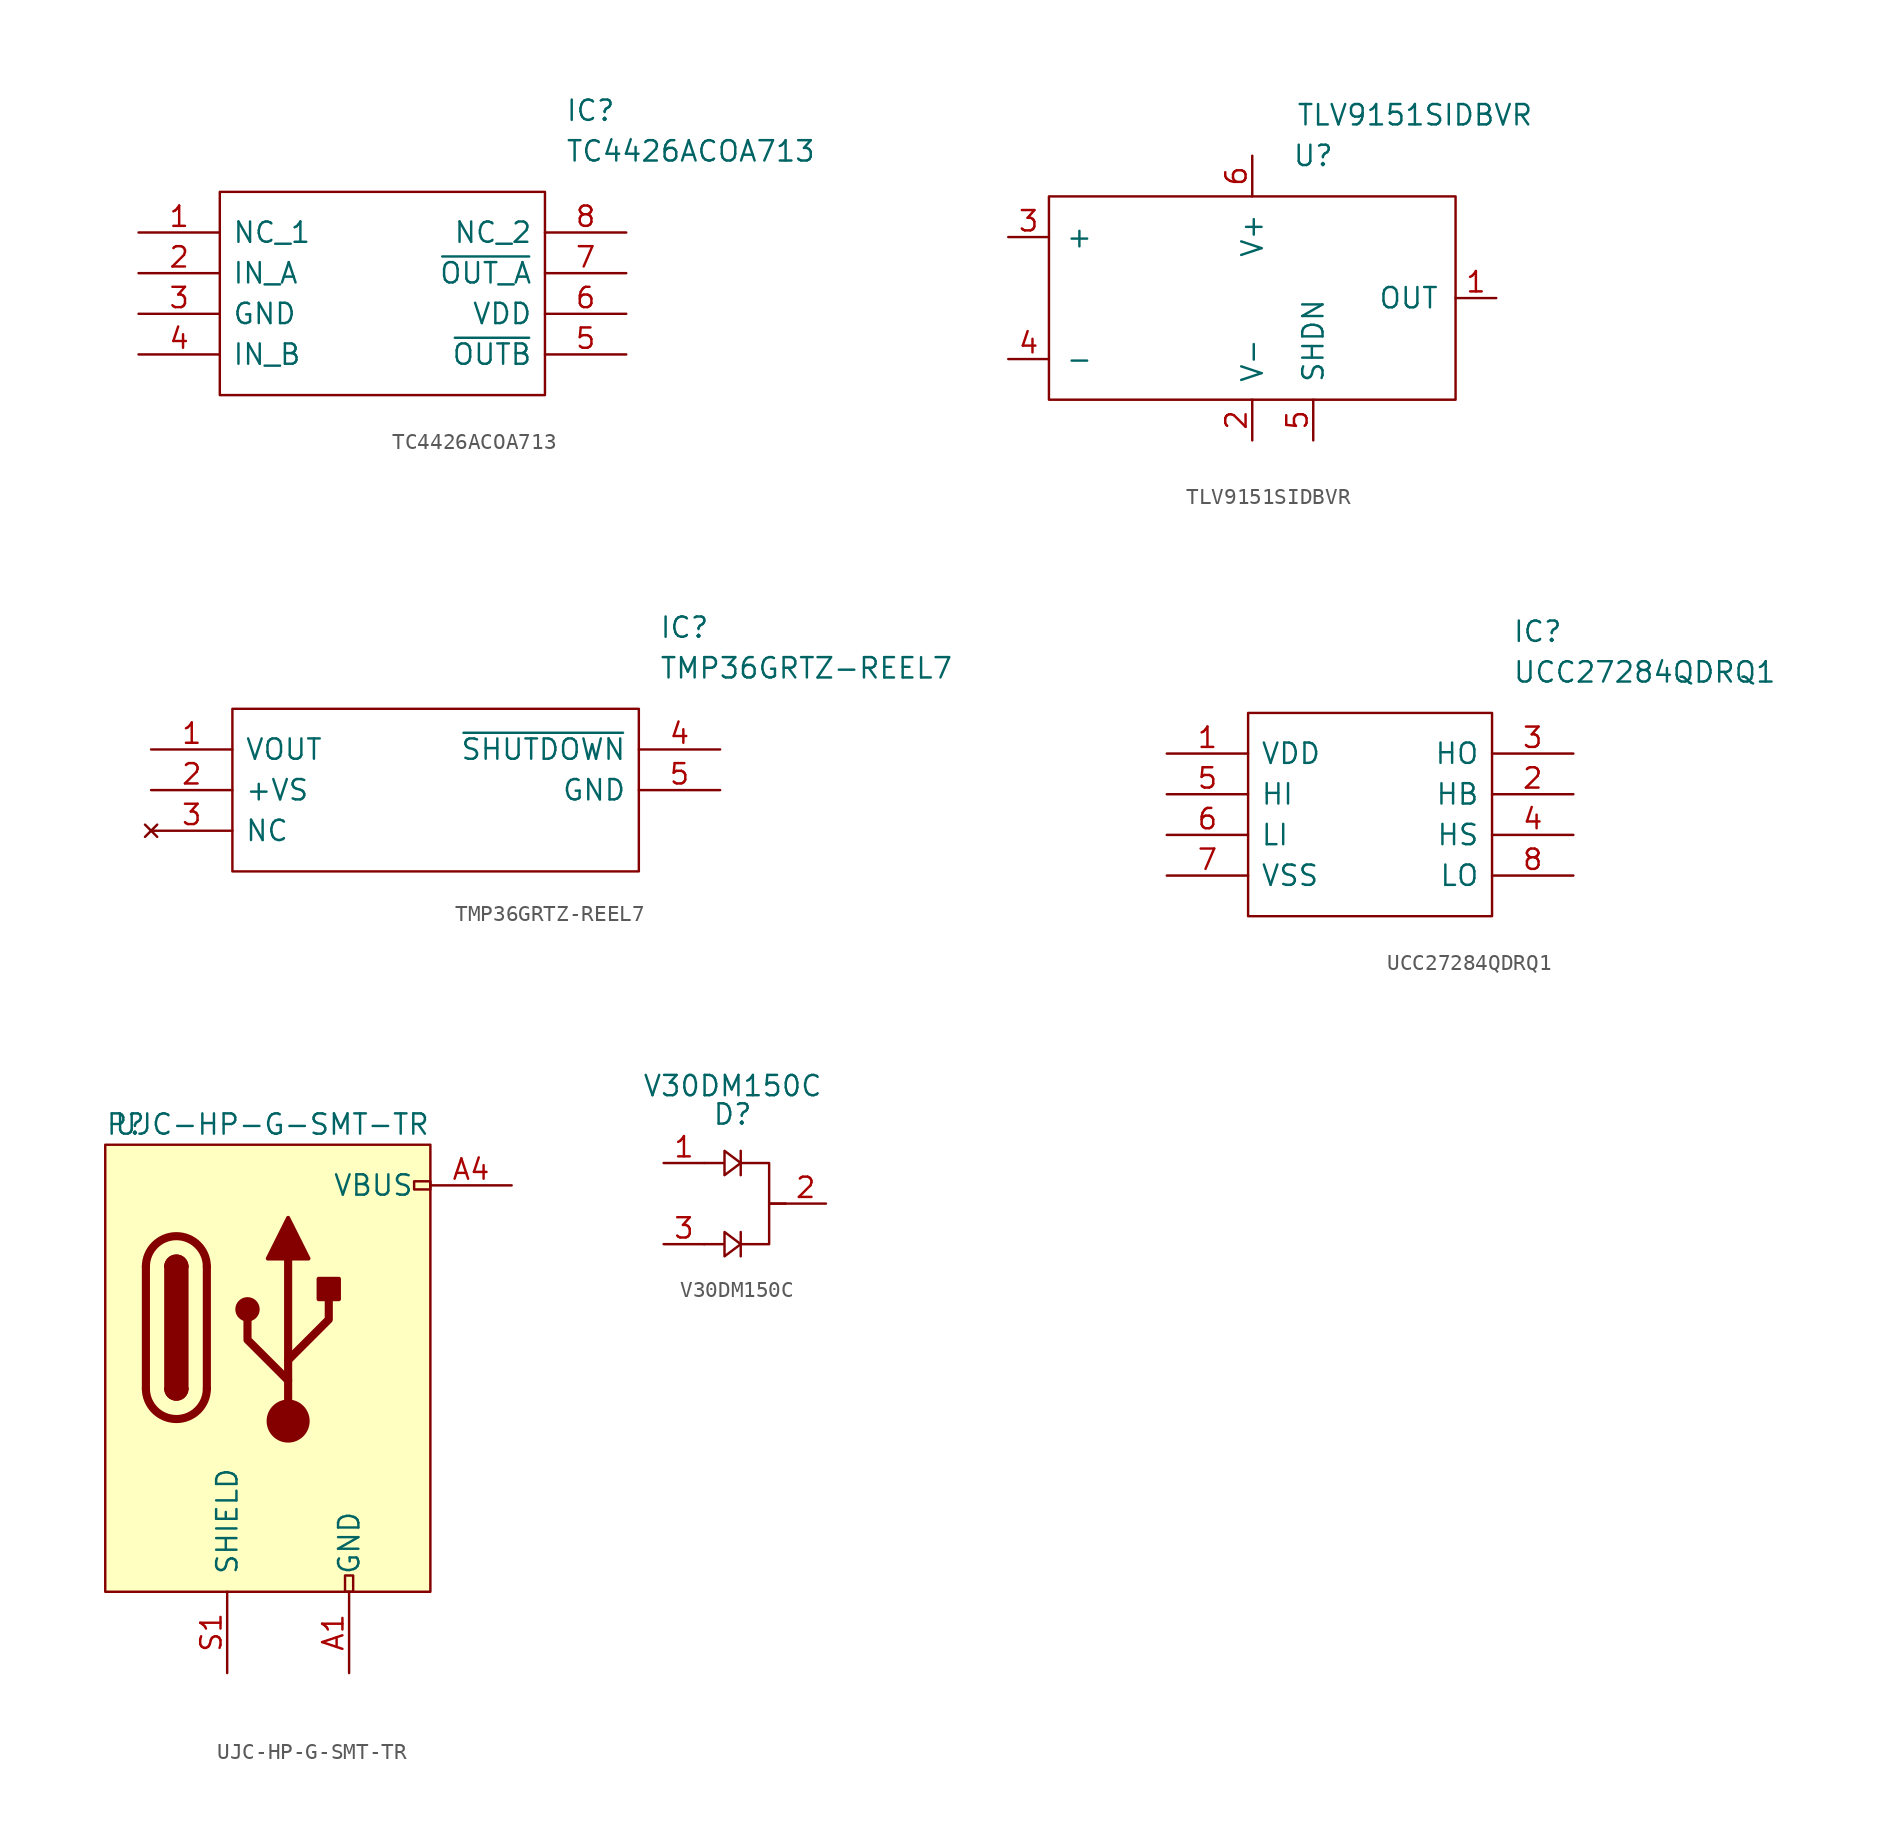
<source format=kicad_sym>
(kicad_symbol_lib
  (version 20231120)
  (generator "kicad_symbol_editor")
  (generator_version "8.0")
  (symbol "TC4426ACOA713"
    (pin_names
      (offset 0.762))
    (property "Reference" "IC"
      (at 26.67 7.62 0)
      (effects (font (size 1.27 1.27)) (justify left)))
    (property "Value" "TC4426ACOA713"
      (at 26.67 5.08 0)
      (effects (font (size 1.27 1.27)) (justify left)))
    (symbol "TC4426ACOA713_0_0"
      (pin passive line (at 0 0 0) (length 5.08) (name "NC_1" (effects (font (size 1.27 1.27)))) (number "1" (effects (font (size 1.27 1.27)))))
      (pin passive line (at 0 -2.54 0) (length 5.08) (name "IN_A" (effects (font (size 1.27 1.27)))) (number "2" (effects (font (size 1.27 1.27)))))
      (pin passive line (at 0 -5.08 0) (length 5.08) (name "GND" (effects (font (size 1.27 1.27)))) (number "3" (effects (font (size 1.27 1.27)))))
      (pin passive line (at 0 -7.62 0) (length 5.08) (name "IN_B" (effects (font (size 1.27 1.27)))) (number "4" (effects (font (size 1.27 1.27)))))
      (pin passive line (at 30.48 -7.62 180) (length 5.08) (name "~{OUTB}" (effects (font (size 1.27 1.27)))) (number "5" (effects (font (size 1.27 1.27)))))
      (pin passive line (at 30.48 -5.08 180) (length 5.08) (name "VDD" (effects (font (size 1.27 1.27)))) (number "6" (effects (font (size 1.27 1.27)))))
      (pin passive line (at 30.48 -2.54 180) (length 5.08) (name "~{OUT_A}" (effects (font (size 1.27 1.27)))) (number "7" (effects (font (size 1.27 1.27)))))
      (pin passive line (at 30.48 0 180) (length 5.08) (name "NC_2" (effects (font (size 1.27 1.27)))) (number "8" (effects (font (size 1.27 1.27))))))
    (symbol "TC4426ACOA713_0_1"
      (polyline (pts (xy 5.08 2.54) (xy 25.4 2.54) (xy 25.4 -10.16) (xy 5.08 -10.16) (xy 5.08 2.54)) (stroke (width 0.152) (type solid)) (fill (type none)))))
  (symbol "TLV9151SIDBVR"
    (pin_names
      (offset 1.016))
    (property "Reference" "U"
      (at 3.81 8.89 0)
      (effects (font (size 1.27 1.27))))
    (property "Value" "TLV9151SIDBVR"
      (at 10.16 11.43 0)
      (effects (font (size 1.27 1.27))))
    (symbol "TLV9151SIDBVR_0_0"
      (pin unspecified line (at 15.24 0 180) (length 2.54) (name "OUT" (effects (font (size 1.27 1.27)))) (number "1" (effects (font (size 1.27 1.27)))))
      (pin unspecified line (at 0 -8.89 90) (length 2.54) (name "V-" (effects (font (size 1.27 1.27)))) (number "2" (effects (font (size 1.27 1.27)))))
      (pin unspecified line (at -15.24 3.81 0) (length 2.54) (name "+" (effects (font (size 1.27 1.27)))) (number "3" (effects (font (size 1.27 1.27)))))
      (pin unspecified line (at -15.24 -3.81 0) (length 2.54) (name "-" (effects (font (size 1.27 1.27)))) (number "4" (effects (font (size 1.27 1.27)))))
      (pin unspecified line (at 3.81 -8.89 90) (length 2.54) (name "SHDN" (effects (font (size 1.27 1.27)))) (number "5" (effects (font (size 1.27 1.27)))))
      (pin unspecified line (at 0 8.89 270) (length 2.54) (name "V+" (effects (font (size 1.27 1.27)))) (number "6" (effects (font (size 1.27 1.27))))))
    (symbol "TLV9151SIDBVR_0_1"
      (rectangle (start -12.7 6.35) (end 12.7 -6.35) (stroke (width 0) (type solid)) (fill (type none)))))
  (symbol "TMP36GRTZ-REEL7"
    (pin_names
      (offset 0.762))
    (property "Reference" "IC"
      (at 31.75 7.62 0)
      (effects (font (size 1.27 1.27)) (justify left)))
    (property "Value" "TMP36GRTZ-REEL7"
      (at 31.75 5.08 0)
      (effects (font (size 1.27 1.27)) (justify left)))
    (symbol "TMP36GRTZ-REEL7_0_0"
      (pin passive line (at 0 0 0) (length 5.08) (name "VOUT" (effects (font (size 1.27 1.27)))) (number "1" (effects (font (size 1.27 1.27)))))
      (pin passive line (at 0 -2.54 0) (length 5.08) (name "+VS" (effects (font (size 1.27 1.27)))) (number "2" (effects (font (size 1.27 1.27)))))
      (pin no_connect line (at 0 -5.08 0) (length 5.08) (name "NC" (effects (font (size 1.27 1.27)))) (number "3" (effects (font (size 1.27 1.27)))))
      (pin passive line (at 35.56 0 180) (length 5.08) (name "~{SHUTDOWN}" (effects (font (size 1.27 1.27)))) (number "4" (effects (font (size 1.27 1.27)))))
      (pin passive line (at 35.56 -2.54 180) (length 5.08) (name "GND" (effects (font (size 1.27 1.27)))) (number "5" (effects (font (size 1.27 1.27))))))
    (symbol "TMP36GRTZ-REEL7_0_1"
      (polyline (pts (xy 5.08 2.54) (xy 30.48 2.54) (xy 30.48 -7.62) (xy 5.08 -7.62) (xy 5.08 2.54)) (stroke (width 0.152) (type solid)) (fill (type none)))))
  (symbol "UCC27284QDRQ1"
    (pin_names
      (offset 0.762))
    (property "Reference" "IC"
      (at 21.59 7.62 0)
      (effects (font (size 1.27 1.27)) (justify left)))
    (property "Value" "UCC27284QDRQ1"
      (at 21.59 5.08 0)
      (effects (font (size 1.27 1.27)) (justify left)))
    (symbol "UCC27284QDRQ1_0_0"
      (pin passive line (at 0 0 0) (length 5.08) (name "VDD" (effects (font (size 1.27 1.27)))) (number "1" (effects (font (size 1.27 1.27)))))
      (pin passive line (at 25.4 -2.54 180) (length 5.08) (name "HB" (effects (font (size 1.27 1.27)))) (number "2" (effects (font (size 1.27 1.27)))))
      (pin passive line (at 25.4 0 180) (length 5.08) (name "HO" (effects (font (size 1.27 1.27)))) (number "3" (effects (font (size 1.27 1.27)))))
      (pin passive line (at 25.4 -5.08 180) (length 5.08) (name "HS" (effects (font (size 1.27 1.27)))) (number "4" (effects (font (size 1.27 1.27)))))
      (pin passive line (at 0 -2.54 0) (length 5.08) (name "HI" (effects (font (size 1.27 1.27)))) (number "5" (effects (font (size 1.27 1.27)))))
      (pin passive line (at 0 -5.08 0) (length 5.08) (name "LI" (effects (font (size 1.27 1.27)))) (number "6" (effects (font (size 1.27 1.27)))))
      (pin passive line (at 0 -7.62 0) (length 5.08) (name "VSS" (effects (font (size 1.27 1.27)))) (number "7" (effects (font (size 1.27 1.27)))))
      (pin passive line (at 25.4 -7.62 180) (length 5.08) (name "LO" (effects (font (size 1.27 1.27)))) (number "8" (effects (font (size 1.27 1.27))))))
    (symbol "UCC27284QDRQ1_0_1"
      (polyline (pts (xy 5.08 2.54) (xy 20.32 2.54) (xy 20.32 -10.16) (xy 5.08 -10.16) (xy 5.08 2.54)) (stroke (width 0.152) (type solid)) (fill (type none)))))
  (symbol "UJC-HP-G-SMT-TR"
    (pin_names
      (offset 1.016))
    (property "Reference" "P"
      (at -10.16 29.21 0)
      (effects (font (size 1.27 1.27)) (justify left)))
    (property "Value" "UJC-HP-G-SMT-TR"
      (at 10.16 29.21 0)
      (effects (font (size 1.27 1.27)) (justify right)))
    (symbol "UJC-HP-G-SMT-TR_0_0"
      (rectangle (start 4.826 0) (end 5.334 1.016) (stroke (width 0) (type solid)) (fill (type none)))
      (rectangle (start 10.16 25.654) (end 9.144 25.146) (stroke (width 0) (type solid)) (fill (type none))))
    (symbol "UJC-HP-G-SMT-TR_0_1"
      (rectangle (start -10.16 27.94) (end 10.16 0) (stroke (width 0) (type solid)) (fill (type background)))
      (arc (start -7.62 12.7) (mid -5.715 10.795) (end -3.81 12.7) (stroke (width 0.508) (type solid)) (fill (type none)))
      (arc (start -6.35 12.7) (mid -5.715 12.065) (end -5.08 12.7) (stroke (width 0.254) (type solid)) (fill (type none)))
      (arc (start -6.35 12.7) (mid -5.715 12.065) (end -5.08 12.7) (stroke (width 0.254) (type solid)) (fill (type outline)))
      (rectangle (start -6.35 12.7) (end -5.08 20.32) (stroke (width 0.254) (type solid)) (fill (type outline)))
      (arc (start -5.08 20.32) (mid -5.715 20.955) (end -6.35 20.32) (stroke (width 0.254) (type solid)) (fill (type none)))
      (arc (start -5.08 20.32) (mid -5.715 20.955) (end -6.35 20.32) (stroke (width 0.254) (type solid)) (fill (type outline)))
      (arc (start -3.81 20.32) (mid -5.715 22.225) (end -7.62 20.32) (stroke (width 0.508) (type solid)) (fill (type none)))
      (polyline (pts (xy -7.62 12.7) (xy -7.62 20.32)) (stroke (width 0.508) (type solid)) (fill (type none)))
      (polyline (pts (xy -3.81 20.32) (xy -3.81 12.7)) (stroke (width 0.508) (type solid)) (fill (type none))))
    (symbol "UJC-HP-G-SMT-TR_1_1"
      (circle (center -1.27 17.653) (radius 0.635) (stroke (width 0.254) (type solid)) (fill (type outline)))
      (polyline (pts (xy 1.27 10.668) (xy 1.27 20.828)) (stroke (width 0.508) (type solid)) (fill (type none)))
      (polyline (pts (xy 1.27 13.208) (xy -1.27 15.748) (xy -1.27 17.018)) (stroke (width 0.508) (type solid)) (fill (type none)))
      (polyline (pts (xy 1.27 14.478) (xy 3.81 17.018) (xy 3.81 18.288)) (stroke (width 0.508) (type solid)) (fill (type none)))
      (polyline (pts (xy 0 20.828) (xy 1.27 23.368) (xy 2.54 20.828) (xy 0 20.828)) (stroke (width 0.254) (type solid)) (fill (type outline)))
      (circle (center 1.27 10.668) (radius 1.27) (stroke (width 0) (type solid)) (fill (type outline)))
      (rectangle (start 3.175 18.288) (end 4.445 19.558) (stroke (width 0.254) (type solid)) (fill (type outline)))
      (pin passive line (at 5.08 -5.08 90) (length 5.08) (name "GND" (effects (font (size 1.27 1.27)))) (number "A1" (effects (font (size 1.27 1.27)))))
      (pin passive line (at 5.08 -5.08 90) (length 5.08) hide (name "GND" (effects (font (size 1.27 1.27)))) (number "A12" (effects (font (size 1.27 1.27)))))
      (pin passive line (at 15.24 25.4 180) (length 5.08) (name "VBUS" (effects (font (size 1.27 1.27)))) (number "A4" (effects (font (size 1.27 1.27)))))
      (pin passive line (at 15.24 25.4 180) (length 5.08) hide (name "VBUS" (effects (font (size 1.27 1.27)))) (number "A9" (effects (font (size 1.27 1.27)))))
      (pin passive line (at 5.08 -5.08 90) (length 5.08) hide (name "GND" (effects (font (size 1.27 1.27)))) (number "B1" (effects (font (size 1.27 1.27)))))
      (pin passive line (at 5.08 -5.08 90) (length 5.08) hide (name "GND" (effects (font (size 1.27 1.27)))) (number "B12" (effects (font (size 1.27 1.27)))))
      (pin passive line (at 15.24 25.4 180) (length 5.08) hide (name "VBUS" (effects (font (size 1.27 1.27)))) (number "B4" (effects (font (size 1.27 1.27)))))
      (pin passive line (at 15.24 25.4 180) (length 5.08) hide (name "VBUS" (effects (font (size 1.27 1.27)))) (number "B9" (effects (font (size 1.27 1.27)))))
      (pin passive line (at -2.54 -5.08 90) (length 5.08) (name "SHIELD" (effects (font (size 1.27 1.27)))) (number "S1" (effects (font (size 1.27 1.27)))))))
  (symbol "V30DM150C"
    (pin_names
      (offset 1.016))
    (property "Reference" "D"
      (at 0 5.334 0)
      (effects (font (size 1.27 1.27))))
    (property "Value" "V30DM150C"
      (at 0 7.112 0)
      (effects (font (size 1.27 1.27))))
    (symbol "V30DM150C_0_0"
      (pin unspecified line (at -4.318 2.286 0) (length 2.54) (name "~" (effects (font (size 1.27 1.27)))) (number "1" (effects (font (size 1.27 1.27)))))
      (pin unspecified line (at 5.842 -0.254 180) (length 2.54) (name "~" (effects (font (size 1.27 1.27)))) (number "2" (effects (font (size 1.27 1.27)))))
      (pin unspecified line (at -4.318 -2.794 0) (length 2.54) (name "~" (effects (font (size 1.27 1.27)))) (number "3" (effects (font (size 1.27 1.27))))))
    (symbol "V30DM150C_0_1"
      (polyline (pts (xy 0.508 -3.556) (xy 0.508 -2.032)) (stroke (width 0) (type solid)) (fill (type none)))
      (polyline (pts (xy 0.508 3.048) (xy 0.508 1.524)) (stroke (width 0) (type solid)) (fill (type none)))
      (polyline (pts (xy 0.508 -2.794) (xy 2.286 -2.794) (xy 2.286 -0.254) (xy 3.302 -0.254)) (stroke (width 0) (type solid)) (fill (type none)))
      (polyline (pts (xy 0.508 2.286) (xy 2.286 2.286) (xy 2.286 -0.254) (xy 3.302 -0.254)) (stroke (width 0) (type solid)) (fill (type none)))
      (polyline (pts (xy -1.778 -2.794) (xy -0.508 -2.794) (xy -0.508 -3.556) (xy -0.508 -2.032) (xy 0.508 -2.794) (xy -0.508 -3.556)) (stroke (width 0) (type solid)) (fill (type none)))
      (polyline (pts (xy -1.778 2.286) (xy -0.508 2.286) (xy -0.508 3.048) (xy -0.508 1.524) (xy 0.508 2.286) (xy -0.508 3.048)) (stroke (width 0) (type solid)) (fill (type none))))))
</source>
